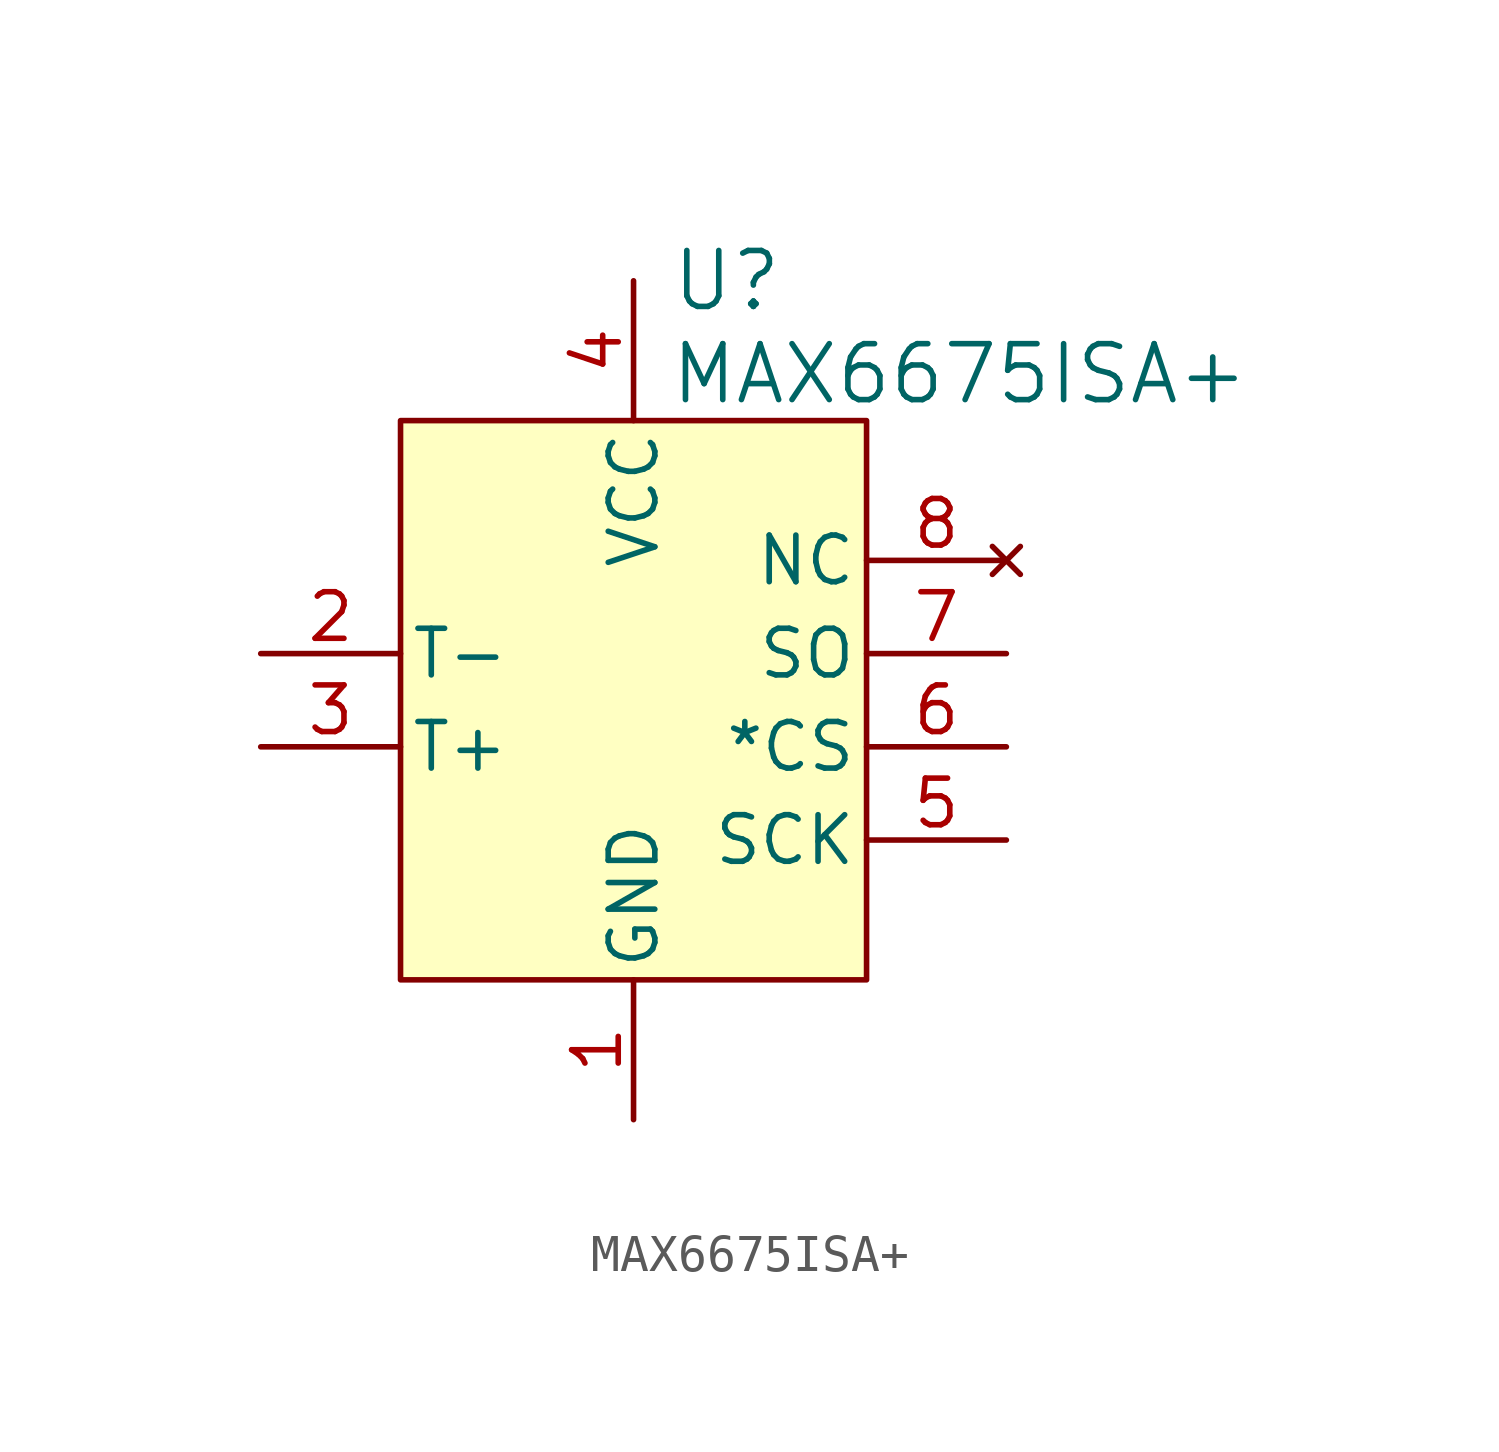
<source format=kicad_sym>
(kicad_symbol_lib
  (version 20211014)
  (generator kicad_symbol_editor)
  (symbol "MAX6675ISA+"
    (pin_names
      (offset 0.254))
    (property "Reference" "U"
      (at 16.51 7.62 0)
      (effects (font (size 1.524 1.524))))
    (property "Value" "MAX6675ISA+"
      (at 22.86 5.08 0)
      (effects (font (size 1.524 1.524))))
    (symbol "MAX6675ISA+_0_1"
      (pin power_in line (at 13.97 -15.24 90) (length 3.81) (name "GND" (effects (font (size 1.27 1.27)))) (number "1" (effects (font (size 1.27 1.27)))))
      (pin passive line (at 3.81 -2.54 0) (length 3.81) (name "T-" (effects (font (size 1.27 1.27)))) (number "2" (effects (font (size 1.27 1.27)))))
      (pin passive line (at 3.81 -5.08 0) (length 3.81) (name "T+" (effects (font (size 1.27 1.27)))) (number "3" (effects (font (size 1.27 1.27)))))
      (pin power_in line (at 13.97 7.62 270) (length 3.81) (name "VCC" (effects (font (size 1.27 1.27)))) (number "4" (effects (font (size 1.27 1.27)))))
      (pin input line (at 24.13 -7.62 180) (length 3.81) (name "SCK" (effects (font (size 1.27 1.27)))) (number "5" (effects (font (size 1.27 1.27)))))
      (pin input line (at 24.13 -5.08 180) (length 3.81) (name "*CS" (effects (font (size 1.27 1.27)))) (number "6" (effects (font (size 1.27 1.27)))))
      (pin output line (at 24.13 -2.54 180) (length 3.81) (name "SO" (effects (font (size 1.27 1.27)))) (number "7" (effects (font (size 1.27 1.27)))))
      (pin no_connect line (at 24.13 0 180) (length 3.81) (name "NC" (effects (font (size 1.27 1.27)))) (number "8" (effects (font (size 1.27 1.27))))))
    (symbol "MAX6675ISA+_1_1"
      (rectangle (start 7.62 3.81) (end 20.32 -11.43) (stroke (width 0) (type default) (color 0 0 0 0)) (fill (type background))))))
</source>
